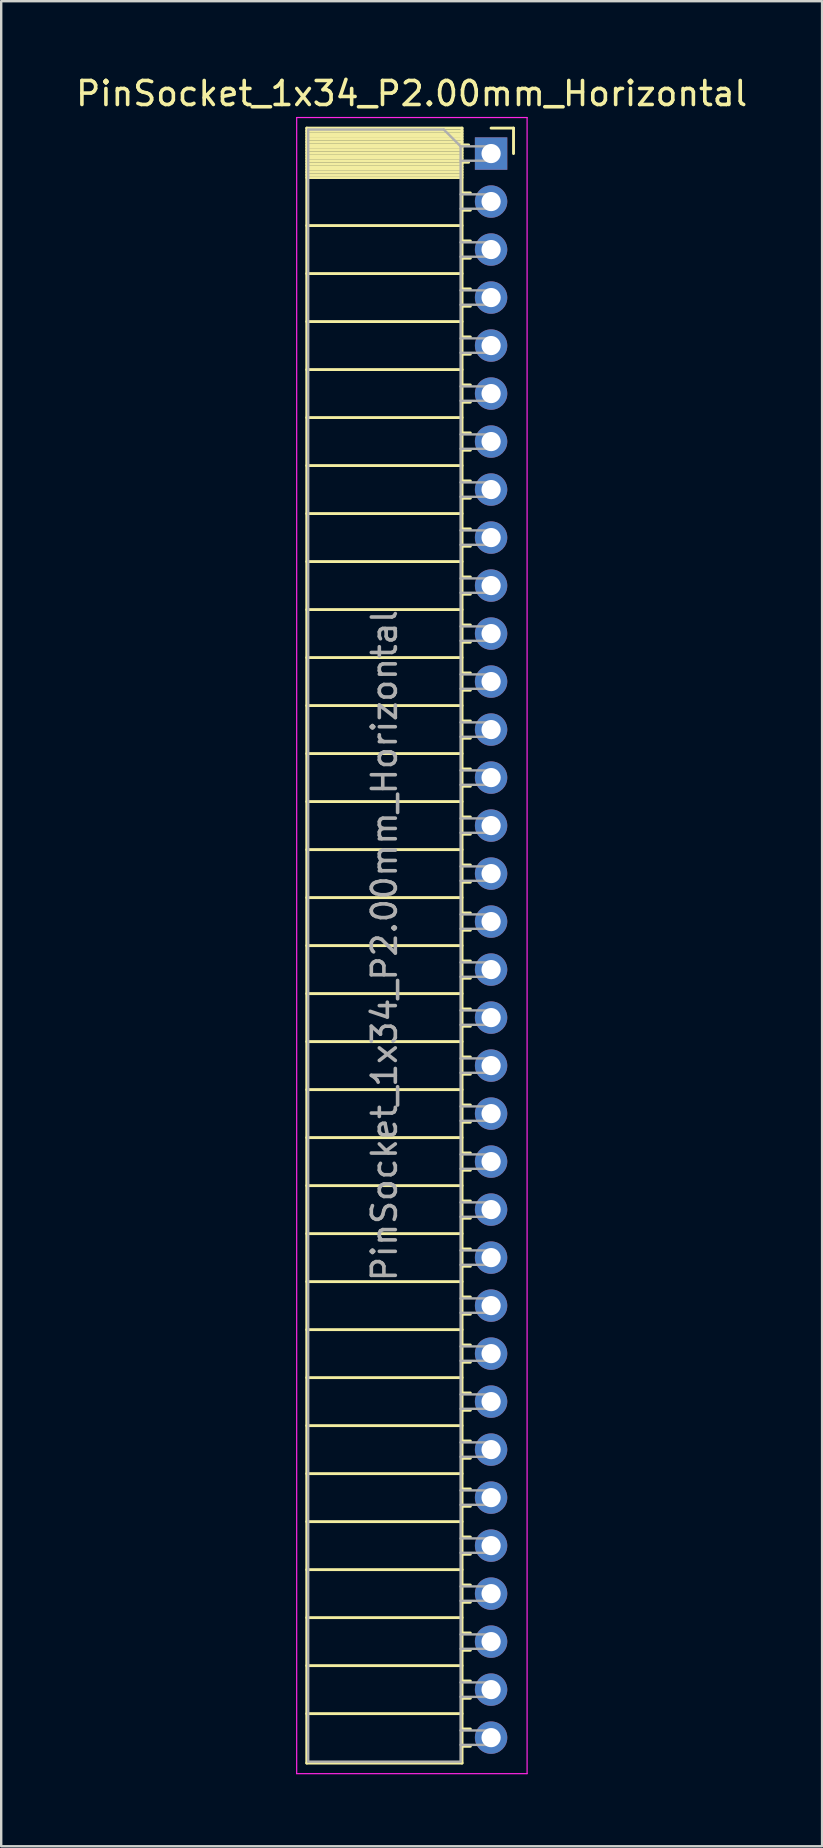
<source format=kicad_pcb>
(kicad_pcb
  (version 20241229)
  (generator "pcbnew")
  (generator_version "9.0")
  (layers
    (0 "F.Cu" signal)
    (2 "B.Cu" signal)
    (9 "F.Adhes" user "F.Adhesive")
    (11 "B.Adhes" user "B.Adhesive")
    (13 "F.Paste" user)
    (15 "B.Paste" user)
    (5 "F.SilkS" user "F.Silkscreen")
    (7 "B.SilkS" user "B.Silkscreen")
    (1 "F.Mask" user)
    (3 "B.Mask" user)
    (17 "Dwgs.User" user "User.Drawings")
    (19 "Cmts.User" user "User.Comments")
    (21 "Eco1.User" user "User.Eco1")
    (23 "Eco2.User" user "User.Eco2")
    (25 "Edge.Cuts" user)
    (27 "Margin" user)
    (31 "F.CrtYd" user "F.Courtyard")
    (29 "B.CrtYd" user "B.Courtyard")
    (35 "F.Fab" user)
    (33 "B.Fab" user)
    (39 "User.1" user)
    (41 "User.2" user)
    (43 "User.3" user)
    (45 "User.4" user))
  (footprint "PinSocket_1x34_P2.00mm_Horizontal"
    (layer "F.Cu")
    (at 17.411 3.348)
    (property "Reference" "PinSocket_1x34_P2.00mm_Horizontal" (at -3.31 -2.5 0) (layer "F.SilkS") (effects (font (size 1 1) (thickness 0.15))))
    (attr through_hole)
    (fp_line (start -7.68 -1.06) (end -7.68 67.06) (stroke (width 0.12) (type solid)) (layer "F.SilkS"))
    (fp_line (start -7.68 -1.06) (end -1.21 -1.06) (stroke (width 0.12) (type solid)) (layer "F.SilkS"))
    (fp_line (start -7.68 -0.94) (end -1.21 -0.94) (stroke (width 0.12) (type solid)) (layer "F.SilkS"))
    (fp_line (start -7.68 -0.826) (end -1.21 -0.826) (stroke (width 0.12) (type solid)) (layer "F.SilkS"))
    (fp_line (start -7.68 -0.712) (end -1.21 -0.712) (stroke (width 0.12) (type solid)) (layer "F.SilkS"))
    (fp_line (start -7.68 -0.598) (end -1.21 -0.598) (stroke (width 0.12) (type solid)) (layer "F.SilkS"))
    (fp_line (start -7.68 -0.484) (end -1.21 -0.484) (stroke (width 0.12) (type solid)) (layer "F.SilkS"))
    (fp_line (start -7.68 -0.369) (end -1.21 -0.369) (stroke (width 0.12) (type solid)) (layer "F.SilkS"))
    (fp_line (start -7.68 -0.255) (end -1.21 -0.255) (stroke (width 0.12) (type solid)) (layer "F.SilkS"))
    (fp_line (start -7.68 -0.141) (end -1.21 -0.141) (stroke (width 0.12) (type solid)) (layer "F.SilkS"))
    (fp_line (start -7.68 -0.027) (end -1.21 -0.027) (stroke (width 0.12) (type solid)) (layer "F.SilkS"))
    (fp_line (start -7.68 0.087) (end -1.21 0.087) (stroke (width 0.12) (type solid)) (layer "F.SilkS"))
    (fp_line (start -7.68 0.201) (end -1.21 0.201) (stroke (width 0.12) (type solid)) (layer "F.SilkS"))
    (fp_line (start -7.68 0.315) (end -1.21 0.315) (stroke (width 0.12) (type solid)) (layer "F.SilkS"))
    (fp_line (start -7.68 0.429) (end -1.21 0.429) (stroke (width 0.12) (type solid)) (layer "F.SilkS"))
    (fp_line (start -7.68 0.544) (end -1.21 0.544) (stroke (width 0.12) (type solid)) (layer "F.SilkS"))
    (fp_line (start -7.68 0.658) (end -1.21 0.658) (stroke (width 0.12) (type solid)) (layer "F.SilkS"))
    (fp_line (start -7.68 0.772) (end -1.21 0.772) (stroke (width 0.12) (type solid)) (layer "F.SilkS"))
    (fp_line (start -7.68 0.886) (end -1.21 0.886) (stroke (width 0.12) (type solid)) (layer "F.SilkS"))
    (fp_line (start -7.68 1) (end -1.21 1) (stroke (width 0.12) (type solid)) (layer "F.SilkS"))
    (fp_line (start -7.68 3) (end -1.21 3) (stroke (width 0.12) (type solid)) (layer "F.SilkS"))
    (fp_line (start -7.68 5) (end -1.21 5) (stroke (width 0.12) (type solid)) (layer "F.SilkS"))
    (fp_line (start -7.68 7) (end -1.21 7) (stroke (width 0.12) (type solid)) (layer "F.SilkS"))
    (fp_line (start -7.68 9) (end -1.21 9) (stroke (width 0.12) (type solid)) (layer "F.SilkS"))
    (fp_line (start -7.68 11) (end -1.21 11) (stroke (width 0.12) (type solid)) (layer "F.SilkS"))
    (fp_line (start -7.68 13) (end -1.21 13) (stroke (width 0.12) (type solid)) (layer "F.SilkS"))
    (fp_line (start -7.68 15) (end -1.21 15) (stroke (width 0.12) (type solid)) (layer "F.SilkS"))
    (fp_line (start -7.68 17) (end -1.21 17) (stroke (width 0.12) (type solid)) (layer "F.SilkS"))
    (fp_line (start -7.68 19) (end -1.21 19) (stroke (width 0.12) (type solid)) (layer "F.SilkS"))
    (fp_line (start -7.68 21) (end -1.21 21) (stroke (width 0.12) (type solid)) (layer "F.SilkS"))
    (fp_line (start -7.68 23) (end -1.21 23) (stroke (width 0.12) (type solid)) (layer "F.SilkS"))
    (fp_line (start -7.68 25) (end -1.21 25) (stroke (width 0.12) (type solid)) (layer "F.SilkS"))
    (fp_line (start -7.68 27) (end -1.21 27) (stroke (width 0.12) (type solid)) (layer "F.SilkS"))
    (fp_line (start -7.68 29) (end -1.21 29) (stroke (width 0.12) (type solid)) (layer "F.SilkS"))
    (fp_line (start -7.68 31) (end -1.21 31) (stroke (width 0.12) (type solid)) (layer "F.SilkS"))
    (fp_line (start -7.68 33) (end -1.21 33) (stroke (width 0.12) (type solid)) (layer "F.SilkS"))
    (fp_line (start -7.68 35) (end -1.21 35) (stroke (width 0.12) (type solid)) (layer "F.SilkS"))
    (fp_line (start -7.68 37) (end -1.21 37) (stroke (width 0.12) (type solid)) (layer "F.SilkS"))
    (fp_line (start -7.68 39) (end -1.21 39) (stroke (width 0.12) (type solid)) (layer "F.SilkS"))
    (fp_line (start -7.68 41) (end -1.21 41) (stroke (width 0.12) (type solid)) (layer "F.SilkS"))
    (fp_line (start -7.68 43) (end -1.21 43) (stroke (width 0.12) (type solid)) (layer "F.SilkS"))
    (fp_line (start -7.68 45) (end -1.21 45) (stroke (width 0.12) (type solid)) (layer "F.SilkS"))
    (fp_line (start -7.68 47) (end -1.21 47) (stroke (width 0.12) (type solid)) (layer "F.SilkS"))
    (fp_line (start -7.68 49) (end -1.21 49) (stroke (width 0.12) (type solid)) (layer "F.SilkS"))
    (fp_line (start -7.68 51) (end -1.21 51) (stroke (width 0.12) (type solid)) (layer "F.SilkS"))
    (fp_line (start -7.68 53) (end -1.21 53) (stroke (width 0.12) (type solid)) (layer "F.SilkS"))
    (fp_line (start -7.68 55) (end -1.21 55) (stroke (width 0.12) (type solid)) (layer "F.SilkS"))
    (fp_line (start -7.68 57) (end -1.21 57) (stroke (width 0.12) (type solid)) (layer "F.SilkS"))
    (fp_line (start -7.68 59) (end -1.21 59) (stroke (width 0.12) (type solid)) (layer "F.SilkS"))
    (fp_line (start -7.68 61) (end -1.21 61) (stroke (width 0.12) (type solid)) (layer "F.SilkS"))
    (fp_line (start -7.68 63) (end -1.21 63) (stroke (width 0.12) (type solid)) (layer "F.SilkS"))
    (fp_line (start -7.68 65) (end -1.21 65) (stroke (width 0.12) (type solid)) (layer "F.SilkS"))
    (fp_line (start -7.68 67.06) (end -1.21 67.06) (stroke (width 0.12) (type solid)) (layer "F.SilkS"))
    (fp_line (start -1.21 -1.06) (end -1.21 67.06) (stroke (width 0.12) (type solid)) (layer "F.SilkS"))
    (fp_line (start -1.21 -0.36) (end -0.935 -0.36) (stroke (width 0.12) (type solid)) (layer "F.SilkS"))
    (fp_line (start -1.21 0.36) (end -0.935 0.36) (stroke (width 0.12) (type solid)) (layer "F.SilkS"))
    (fp_line (start -1.21 1.64) (end -0.863 1.64) (stroke (width 0.12) (type solid)) (layer "F.SilkS"))
    (fp_line (start -1.21 2.36) (end -0.863 2.36) (stroke (width 0.12) (type solid)) (layer "F.SilkS"))
    (fp_line (start -1.21 3.64) (end -0.863 3.64) (stroke (width 0.12) (type solid)) (layer "F.SilkS"))
    (fp_line (start -1.21 4.36) (end -0.863 4.36) (stroke (width 0.12) (type solid)) (layer "F.SilkS"))
    (fp_line (start -1.21 5.64) (end -0.863 5.64) (stroke (width 0.12) (type solid)) (layer "F.SilkS"))
    (fp_line (start -1.21 6.36) (end -0.863 6.36) (stroke (width 0.12) (type solid)) (layer "F.SilkS"))
    (fp_line (start -1.21 7.64) (end -0.863 7.64) (stroke (width 0.12) (type solid)) (layer "F.SilkS"))
    (fp_line (start -1.21 8.36) (end -0.863 8.36) (stroke (width 0.12) (type solid)) (layer "F.SilkS"))
    (fp_line (start -1.21 9.64) (end -0.863 9.64) (stroke (width 0.12) (type solid)) (layer "F.SilkS"))
    (fp_line (start -1.21 10.36) (end -0.863 10.36) (stroke (width 0.12) (type solid)) (layer "F.SilkS"))
    (fp_line (start -1.21 11.64) (end -0.863 11.64) (stroke (width 0.12) (type solid)) (layer "F.SilkS"))
    (fp_line (start -1.21 12.36) (end -0.863 12.36) (stroke (width 0.12) (type solid)) (layer "F.SilkS"))
    (fp_line (start -1.21 13.64) (end -0.863 13.64) (stroke (width 0.12) (type solid)) (layer "F.SilkS"))
    (fp_line (start -1.21 14.36) (end -0.863 14.36) (stroke (width 0.12) (type solid)) (layer "F.SilkS"))
    (fp_line (start -1.21 15.64) (end -0.863 15.64) (stroke (width 0.12) (type solid)) (layer "F.SilkS"))
    (fp_line (start -1.21 16.36) (end -0.863 16.36) (stroke (width 0.12) (type solid)) (layer "F.SilkS"))
    (fp_line (start -1.21 17.64) (end -0.863 17.64) (stroke (width 0.12) (type solid)) (layer "F.SilkS"))
    (fp_line (start -1.21 18.36) (end -0.863 18.36) (stroke (width 0.12) (type solid)) (layer "F.SilkS"))
    (fp_line (start -1.21 19.64) (end -0.863 19.64) (stroke (width 0.12) (type solid)) (layer "F.SilkS"))
    (fp_line (start -1.21 20.36) (end -0.863 20.36) (stroke (width 0.12) (type solid)) (layer "F.SilkS"))
    (fp_line (start -1.21 21.64) (end -0.863 21.64) (stroke (width 0.12) (type solid)) (layer "F.SilkS"))
    (fp_line (start -1.21 22.36) (end -0.863 22.36) (stroke (width 0.12) (type solid)) (layer "F.SilkS"))
    (fp_line (start -1.21 23.64) (end -0.863 23.64) (stroke (width 0.12) (type solid)) (layer "F.SilkS"))
    (fp_line (start -1.21 24.36) (end -0.863 24.36) (stroke (width 0.12) (type solid)) (layer "F.SilkS"))
    (fp_line (start -1.21 25.64) (end -0.863 25.64) (stroke (width 0.12) (type solid)) (layer "F.SilkS"))
    (fp_line (start -1.21 26.36) (end -0.863 26.36) (stroke (width 0.12) (type solid)) (layer "F.SilkS"))
    (fp_line (start -1.21 27.64) (end -0.863 27.64) (stroke (width 0.12) (type solid)) (layer "F.SilkS"))
    (fp_line (start -1.21 28.36) (end -0.863 28.36) (stroke (width 0.12) (type solid)) (layer "F.SilkS"))
    (fp_line (start -1.21 29.64) (end -0.863 29.64) (stroke (width 0.12) (type solid)) (layer "F.SilkS"))
    (fp_line (start -1.21 30.36) (end -0.863 30.36) (stroke (width 0.12) (type solid)) (layer "F.SilkS"))
    (fp_line (start -1.21 31.64) (end -0.863 31.64) (stroke (width 0.12) (type solid)) (layer "F.SilkS"))
    (fp_line (start -1.21 32.36) (end -0.863 32.36) (stroke (width 0.12) (type solid)) (layer "F.SilkS"))
    (fp_line (start -1.21 33.64) (end -0.863 33.64) (stroke (width 0.12) (type solid)) (layer "F.SilkS"))
    (fp_line (start -1.21 34.36) (end -0.863 34.36) (stroke (width 0.12) (type solid)) (layer "F.SilkS"))
    (fp_line (start -1.21 35.64) (end -0.863 35.64) (stroke (width 0.12) (type solid)) (layer "F.SilkS"))
    (fp_line (start -1.21 36.36) (end -0.863 36.36) (stroke (width 0.12) (type solid)) (layer "F.SilkS"))
    (fp_line (start -1.21 37.64) (end -0.863 37.64) (stroke (width 0.12) (type solid)) (layer "F.SilkS"))
    (fp_line (start -1.21 38.36) (end -0.863 38.36) (stroke (width 0.12) (type solid)) (layer "F.SilkS"))
    (fp_line (start -1.21 39.64) (end -0.863 39.64) (stroke (width 0.12) (type solid)) (layer "F.SilkS"))
    (fp_line (start -1.21 40.36) (end -0.863 40.36) (stroke (width 0.12) (type solid)) (layer "F.SilkS"))
    (fp_line (start -1.21 41.64) (end -0.863 41.64) (stroke (width 0.12) (type solid)) (layer "F.SilkS"))
    (fp_line (start -1.21 42.36) (end -0.863 42.36) (stroke (width 0.12) (type solid)) (layer "F.SilkS"))
    (fp_line (start -1.21 43.64) (end -0.863 43.64) (stroke (width 0.12) (type solid)) (layer "F.SilkS"))
    (fp_line (start -1.21 44.36) (end -0.863 44.36) (stroke (width 0.12) (type solid)) (layer "F.SilkS"))
    (fp_line (start -1.21 45.64) (end -0.863 45.64) (stroke (width 0.12) (type solid)) (layer "F.SilkS"))
    (fp_line (start -1.21 46.36) (end -0.863 46.36) (stroke (width 0.12) (type solid)) (layer "F.SilkS"))
    (fp_line (start -1.21 47.64) (end -0.863 47.64) (stroke (width 0.12) (type solid)) (layer "F.SilkS"))
    (fp_line (start -1.21 48.36) (end -0.863 48.36) (stroke (width 0.12) (type solid)) (layer "F.SilkS"))
    (fp_line (start -1.21 49.64) (end -0.863 49.64) (stroke (width 0.12) (type solid)) (layer "F.SilkS"))
    (fp_line (start -1.21 50.36) (end -0.863 50.36) (stroke (width 0.12) (type solid)) (layer "F.SilkS"))
    (fp_line (start -1.21 51.64) (end -0.863 51.64) (stroke (width 0.12) (type solid)) (layer "F.SilkS"))
    (fp_line (start -1.21 52.36) (end -0.863 52.36) (stroke (width 0.12) (type solid)) (layer "F.SilkS"))
    (fp_line (start -1.21 53.64) (end -0.863 53.64) (stroke (width 0.12) (type solid)) (layer "F.SilkS"))
    (fp_line (start -1.21 54.36) (end -0.863 54.36) (stroke (width 0.12) (type solid)) (layer "F.SilkS"))
    (fp_line (start -1.21 55.64) (end -0.863 55.64) (stroke (width 0.12) (type solid)) (layer "F.SilkS"))
    (fp_line (start -1.21 56.36) (end -0.863 56.36) (stroke (width 0.12) (type solid)) (layer "F.SilkS"))
    (fp_line (start -1.21 57.64) (end -0.863 57.64) (stroke (width 0.12) (type solid)) (layer "F.SilkS"))
    (fp_line (start -1.21 58.36) (end -0.863 58.36) (stroke (width 0.12) (type solid)) (layer "F.SilkS"))
    (fp_line (start -1.21 59.64) (end -0.863 59.64) (stroke (width 0.12) (type solid)) (layer "F.SilkS"))
    (fp_line (start -1.21 60.36) (end -0.863 60.36) (stroke (width 0.12) (type solid)) (layer "F.SilkS"))
    (fp_line (start -1.21 61.64) (end -0.863 61.64) (stroke (width 0.12) (type solid)) (layer "F.SilkS"))
    (fp_line (start -1.21 62.36) (end -0.863 62.36) (stroke (width 0.12) (type solid)) (layer "F.SilkS"))
    (fp_line (start -1.21 63.64) (end -0.863 63.64) (stroke (width 0.12) (type solid)) (layer "F.SilkS"))
    (fp_line (start -1.21 64.36) (end -0.863 64.36) (stroke (width 0.12) (type solid)) (layer "F.SilkS"))
    (fp_line (start -1.21 65.64) (end -0.863 65.64) (stroke (width 0.12) (type solid)) (layer "F.SilkS"))
    (fp_line (start -1.21 66.36) (end -0.863 66.36) (stroke (width 0.12) (type solid)) (layer "F.SilkS"))
    (fp_line (start 0 -1.06) (end 0.935 -1.06) (stroke (width 0.12) (type solid)) (layer "F.SilkS"))
    (fp_line (start 0.935 -1.06) (end 0.935 0) (stroke (width 0.12) (type solid)) (layer "F.SilkS"))
    (fp_line (start -8.1 -1.5) (end -8.1 67.5) (stroke (width 0.05) (type solid)) (layer "F.CrtYd"))
    (fp_line (start -8.1 67.5) (end 1.5 67.5) (stroke (width 0.05) (type solid)) (layer "F.CrtYd"))
    (fp_line (start 1.5 -1.5) (end -8.1 -1.5) (stroke (width 0.05) (type solid)) (layer "F.CrtYd"))
    (fp_line (start 1.5 67.5) (end 1.5 -1.5) (stroke (width 0.05) (type solid)) (layer "F.CrtYd"))
    (fp_line (start -7.62 -1) (end -1.97 -1) (stroke (width 0.1) (type solid)) (layer "F.Fab"))
    (fp_line (start -7.62 67) (end -7.62 -1) (stroke (width 0.1) (type solid)) (layer "F.Fab"))
    (fp_line (start -1.97 -1) (end -1.27 -0.3) (stroke (width 0.1) (type solid)) (layer "F.Fab"))
    (fp_line (start -1.27 -0.3) (end -1.27 67) (stroke (width 0.1) (type solid)) (layer "F.Fab"))
    (fp_line (start -1.27 0.3) (end 0 0.3) (stroke (width 0.1) (type solid)) (layer "F.Fab"))
    (fp_line (start -1.27 2.3) (end 0 2.3) (stroke (width 0.1) (type solid)) (layer "F.Fab"))
    (fp_line (start -1.27 4.3) (end 0 4.3) (stroke (width 0.1) (type solid)) (layer "F.Fab"))
    (fp_line (start -1.27 6.3) (end 0 6.3) (stroke (width 0.1) (type solid)) (layer "F.Fab"))
    (fp_line (start -1.27 8.3) (end 0 8.3) (stroke (width 0.1) (type solid)) (layer "F.Fab"))
    (fp_line (start -1.27 10.3) (end 0 10.3) (stroke (width 0.1) (type solid)) (layer "F.Fab"))
    (fp_line (start -1.27 12.3) (end 0 12.3) (stroke (width 0.1) (type solid)) (layer "F.Fab"))
    (fp_line (start -1.27 14.3) (end 0 14.3) (stroke (width 0.1) (type solid)) (layer "F.Fab"))
    (fp_line (start -1.27 16.3) (end 0 16.3) (stroke (width 0.1) (type solid)) (layer "F.Fab"))
    (fp_line (start -1.27 18.3) (end 0 18.3) (stroke (width 0.1) (type solid)) (layer "F.Fab"))
    (fp_line (start -1.27 20.3) (end 0 20.3) (stroke (width 0.1) (type solid)) (layer "F.Fab"))
    (fp_line (start -1.27 22.3) (end 0 22.3) (stroke (width 0.1) (type solid)) (layer "F.Fab"))
    (fp_line (start -1.27 24.3) (end 0 24.3) (stroke (width 0.1) (type solid)) (layer "F.Fab"))
    (fp_line (start -1.27 26.3) (end 0 26.3) (stroke (width 0.1) (type solid)) (layer "F.Fab"))
    (fp_line (start -1.27 28.3) (end 0 28.3) (stroke (width 0.1) (type solid)) (layer "F.Fab"))
    (fp_line (start -1.27 30.3) (end 0 30.3) (stroke (width 0.1) (type solid)) (layer "F.Fab"))
    (fp_line (start -1.27 32.3) (end 0 32.3) (stroke (width 0.1) (type solid)) (layer "F.Fab"))
    (fp_line (start -1.27 34.3) (end 0 34.3) (stroke (width 0.1) (type solid)) (layer "F.Fab"))
    (fp_line (start -1.27 36.3) (end 0 36.3) (stroke (width 0.1) (type solid)) (layer "F.Fab"))
    (fp_line (start -1.27 38.3) (end 0 38.3) (stroke (width 0.1) (type solid)) (layer "F.Fab"))
    (fp_line (start -1.27 40.3) (end 0 40.3) (stroke (width 0.1) (type solid)) (layer "F.Fab"))
    (fp_line (start -1.27 42.3) (end 0 42.3) (stroke (width 0.1) (type solid)) (layer "F.Fab"))
    (fp_line (start -1.27 44.3) (end 0 44.3) (stroke (width 0.1) (type solid)) (layer "F.Fab"))
    (fp_line (start -1.27 46.3) (end 0 46.3) (stroke (width 0.1) (type solid)) (layer "F.Fab"))
    (fp_line (start -1.27 48.3) (end 0 48.3) (stroke (width 0.1) (type solid)) (layer "F.Fab"))
    (fp_line (start -1.27 50.3) (end 0 50.3) (stroke (width 0.1) (type solid)) (layer "F.Fab"))
    (fp_line (start -1.27 52.3) (end 0 52.3) (stroke (width 0.1) (type solid)) (layer "F.Fab"))
    (fp_line (start -1.27 54.3) (end 0 54.3) (stroke (width 0.1) (type solid)) (layer "F.Fab"))
    (fp_line (start -1.27 56.3) (end 0 56.3) (stroke (width 0.1) (type solid)) (layer "F.Fab"))
    (fp_line (start -1.27 58.3) (end 0 58.3) (stroke (width 0.1) (type solid)) (layer "F.Fab"))
    (fp_line (start -1.27 60.3) (end 0 60.3) (stroke (width 0.1) (type solid)) (layer "F.Fab"))
    (fp_line (start -1.27 62.3) (end 0 62.3) (stroke (width 0.1) (type solid)) (layer "F.Fab"))
    (fp_line (start -1.27 64.3) (end 0 64.3) (stroke (width 0.1) (type solid)) (layer "F.Fab"))
    (fp_line (start -1.27 66.3) (end 0 66.3) (stroke (width 0.1) (type solid)) (layer "F.Fab"))
    (fp_line (start -1.27 67) (end -7.62 67) (stroke (width 0.1) (type solid)) (layer "F.Fab"))
    (fp_line (start 0 -0.3) (end -1.27 -0.3) (stroke (width 0.1) (type solid)) (layer "F.Fab"))
    (fp_line (start 0 0.3) (end 0 -0.3) (stroke (width 0.1) (type solid)) (layer "F.Fab"))
    (fp_line (start 0 1.7) (end -1.27 1.7) (stroke (width 0.1) (type solid)) (layer "F.Fab"))
    (fp_line (start 0 2.3) (end 0 1.7) (stroke (width 0.1) (type solid)) (layer "F.Fab"))
    (fp_line (start 0 3.7) (end -1.27 3.7) (stroke (width 0.1) (type solid)) (layer "F.Fab"))
    (fp_line (start 0 4.3) (end 0 3.7) (stroke (width 0.1) (type solid)) (layer "F.Fab"))
    (fp_line (start 0 5.7) (end -1.27 5.7) (stroke (width 0.1) (type solid)) (layer "F.Fab"))
    (fp_line (start 0 6.3) (end 0 5.7) (stroke (width 0.1) (type solid)) (layer "F.Fab"))
    (fp_line (start 0 7.7) (end -1.27 7.7) (stroke (width 0.1) (type solid)) (layer "F.Fab"))
    (fp_line (start 0 8.3) (end 0 7.7) (stroke (width 0.1) (type solid)) (layer "F.Fab"))
    (fp_line (start 0 9.7) (end -1.27 9.7) (stroke (width 0.1) (type solid)) (layer "F.Fab"))
    (fp_line (start 0 10.3) (end 0 9.7) (stroke (width 0.1) (type solid)) (layer "F.Fab"))
    (fp_line (start 0 11.7) (end -1.27 11.7) (stroke (width 0.1) (type solid)) (layer "F.Fab"))
    (fp_line (start 0 12.3) (end 0 11.7) (stroke (width 0.1) (type solid)) (layer "F.Fab"))
    (fp_line (start 0 13.7) (end -1.27 13.7) (stroke (width 0.1) (type solid)) (layer "F.Fab"))
    (fp_line (start 0 14.3) (end 0 13.7) (stroke (width 0.1) (type solid)) (layer "F.Fab"))
    (fp_line (start 0 15.7) (end -1.27 15.7) (stroke (width 0.1) (type solid)) (layer "F.Fab"))
    (fp_line (start 0 16.3) (end 0 15.7) (stroke (width 0.1) (type solid)) (layer "F.Fab"))
    (fp_line (start 0 17.7) (end -1.27 17.7) (stroke (width 0.1) (type solid)) (layer "F.Fab"))
    (fp_line (start 0 18.3) (end 0 17.7) (stroke (width 0.1) (type solid)) (layer "F.Fab"))
    (fp_line (start 0 19.7) (end -1.27 19.7) (stroke (width 0.1) (type solid)) (layer "F.Fab"))
    (fp_line (start 0 20.3) (end 0 19.7) (stroke (width 0.1) (type solid)) (layer "F.Fab"))
    (fp_line (start 0 21.7) (end -1.27 21.7) (stroke (width 0.1) (type solid)) (layer "F.Fab"))
    (fp_line (start 0 22.3) (end 0 21.7) (stroke (width 0.1) (type solid)) (layer "F.Fab"))
    (fp_line (start 0 23.7) (end -1.27 23.7) (stroke (width 0.1) (type solid)) (layer "F.Fab"))
    (fp_line (start 0 24.3) (end 0 23.7) (stroke (width 0.1) (type solid)) (layer "F.Fab"))
    (fp_line (start 0 25.7) (end -1.27 25.7) (stroke (width 0.1) (type solid)) (layer "F.Fab"))
    (fp_line (start 0 26.3) (end 0 25.7) (stroke (width 0.1) (type solid)) (layer "F.Fab"))
    (fp_line (start 0 27.7) (end -1.27 27.7) (stroke (width 0.1) (type solid)) (layer "F.Fab"))
    (fp_line (start 0 28.3) (end 0 27.7) (stroke (width 0.1) (type solid)) (layer "F.Fab"))
    (fp_line (start 0 29.7) (end -1.27 29.7) (stroke (width 0.1) (type solid)) (layer "F.Fab"))
    (fp_line (start 0 30.3) (end 0 29.7) (stroke (width 0.1) (type solid)) (layer "F.Fab"))
    (fp_line (start 0 31.7) (end -1.27 31.7) (stroke (width 0.1) (type solid)) (layer "F.Fab"))
    (fp_line (start 0 32.3) (end 0 31.7) (stroke (width 0.1) (type solid)) (layer "F.Fab"))
    (fp_line (start 0 33.7) (end -1.27 33.7) (stroke (width 0.1) (type solid)) (layer "F.Fab"))
    (fp_line (start 0 34.3) (end 0 33.7) (stroke (width 0.1) (type solid)) (layer "F.Fab"))
    (fp_line (start 0 35.7) (end -1.27 35.7) (stroke (width 0.1) (type solid)) (layer "F.Fab"))
    (fp_line (start 0 36.3) (end 0 35.7) (stroke (width 0.1) (type solid)) (layer "F.Fab"))
    (fp_line (start 0 37.7) (end -1.27 37.7) (stroke (width 0.1) (type solid)) (layer "F.Fab"))
    (fp_line (start 0 38.3) (end 0 37.7) (stroke (width 0.1) (type solid)) (layer "F.Fab"))
    (fp_line (start 0 39.7) (end -1.27 39.7) (stroke (width 0.1) (type solid)) (layer "F.Fab"))
    (fp_line (start 0 40.3) (end 0 39.7) (stroke (width 0.1) (type solid)) (layer "F.Fab"))
    (fp_line (start 0 41.7) (end -1.27 41.7) (stroke (width 0.1) (type solid)) (layer "F.Fab"))
    (fp_line (start 0 42.3) (end 0 41.7) (stroke (width 0.1) (type solid)) (layer "F.Fab"))
    (fp_line (start 0 43.7) (end -1.27 43.7) (stroke (width 0.1) (type solid)) (layer "F.Fab"))
    (fp_line (start 0 44.3) (end 0 43.7) (stroke (width 0.1) (type solid)) (layer "F.Fab"))
    (fp_line (start 0 45.7) (end -1.27 45.7) (stroke (width 0.1) (type solid)) (layer "F.Fab"))
    (fp_line (start 0 46.3) (end 0 45.7) (stroke (width 0.1) (type solid)) (layer "F.Fab"))
    (fp_line (start 0 47.7) (end -1.27 47.7) (stroke (width 0.1) (type solid)) (layer "F.Fab"))
    (fp_line (start 0 48.3) (end 0 47.7) (stroke (width 0.1) (type solid)) (layer "F.Fab"))
    (fp_line (start 0 49.7) (end -1.27 49.7) (stroke (width 0.1) (type solid)) (layer "F.Fab"))
    (fp_line (start 0 50.3) (end 0 49.7) (stroke (width 0.1) (type solid)) (layer "F.Fab"))
    (fp_line (start 0 51.7) (end -1.27 51.7) (stroke (width 0.1) (type solid)) (layer "F.Fab"))
    (fp_line (start 0 52.3) (end 0 51.7) (stroke (width 0.1) (type solid)) (layer "F.Fab"))
    (fp_line (start 0 53.7) (end -1.27 53.7) (stroke (width 0.1) (type solid)) (layer "F.Fab"))
    (fp_line (start 0 54.3) (end 0 53.7) (stroke (width 0.1) (type solid)) (layer "F.Fab"))
    (fp_line (start 0 55.7) (end -1.27 55.7) (stroke (width 0.1) (type solid)) (layer "F.Fab"))
    (fp_line (start 0 56.3) (end 0 55.7) (stroke (width 0.1) (type solid)) (layer "F.Fab"))
    (fp_line (start 0 57.7) (end -1.27 57.7) (stroke (width 0.1) (type solid)) (layer "F.Fab"))
    (fp_line (start 0 58.3) (end 0 57.7) (stroke (width 0.1) (type solid)) (layer "F.Fab"))
    (fp_line (start 0 59.7) (end -1.27 59.7) (stroke (width 0.1) (type solid)) (layer "F.Fab"))
    (fp_line (start 0 60.3) (end 0 59.7) (stroke (width 0.1) (type solid)) (layer "F.Fab"))
    (fp_line (start 0 61.7) (end -1.27 61.7) (stroke (width 0.1) (type solid)) (layer "F.Fab"))
    (fp_line (start 0 62.3) (end 0 61.7) (stroke (width 0.1) (type solid)) (layer "F.Fab"))
    (fp_line (start 0 63.7) (end -1.27 63.7) (stroke (width 0.1) (type solid)) (layer "F.Fab"))
    (fp_line (start 0 64.3) (end 0 63.7) (stroke (width 0.1) (type solid)) (layer "F.Fab"))
    (fp_line (start 0 65.7) (end -1.27 65.7) (stroke (width 0.1) (type solid)) (layer "F.Fab"))
    (fp_line (start 0 66.3) (end 0 65.7) (stroke (width 0.1) (type solid)) (layer "F.Fab"))
    (fp_text user "${REFERENCE}" (at -4.445 33 90) (layer "F.Fab") (effects (font (size 1 1) (thickness 0.15))))
    (pad "1" thru_hole rect (at 0 0) (size 1.35 1.35) (drill 0.8) (layers "*.Cu" "*.Mask"))
    (pad "2" thru_hole circle (at 0 2) (size 1.35 1.35) (drill 0.8) (layers "*.Cu" "*.Mask"))
    (pad "3" thru_hole circle (at 0 4) (size 1.35 1.35) (drill 0.8) (layers "*.Cu" "*.Mask"))
    (pad "4" thru_hole circle (at 0 6) (size 1.35 1.35) (drill 0.8) (layers "*.Cu" "*.Mask"))
    (pad "5" thru_hole circle (at 0 8) (size 1.35 1.35) (drill 0.8) (layers "*.Cu" "*.Mask"))
    (pad "6" thru_hole circle (at 0 10) (size 1.35 1.35) (drill 0.8) (layers "*.Cu" "*.Mask"))
    (pad "7" thru_hole circle (at 0 12) (size 1.35 1.35) (drill 0.8) (layers "*.Cu" "*.Mask"))
    (pad "8" thru_hole circle (at 0 14) (size 1.35 1.35) (drill 0.8) (layers "*.Cu" "*.Mask"))
    (pad "9" thru_hole circle (at 0 16) (size 1.35 1.35) (drill 0.8) (layers "*.Cu" "*.Mask"))
    (pad "10" thru_hole circle (at 0 18) (size 1.35 1.35) (drill 0.8) (layers "*.Cu" "*.Mask"))
    (pad "11" thru_hole circle (at 0 20) (size 1.35 1.35) (drill 0.8) (layers "*.Cu" "*.Mask"))
    (pad "12" thru_hole circle (at 0 22) (size 1.35 1.35) (drill 0.8) (layers "*.Cu" "*.Mask"))
    (pad "13" thru_hole circle (at 0 24) (size 1.35 1.35) (drill 0.8) (layers "*.Cu" "*.Mask"))
    (pad "14" thru_hole circle (at 0 26) (size 1.35 1.35) (drill 0.8) (layers "*.Cu" "*.Mask"))
    (pad "15" thru_hole circle (at 0 28) (size 1.35 1.35) (drill 0.8) (layers "*.Cu" "*.Mask"))
    (pad "16" thru_hole circle (at 0 30) (size 1.35 1.35) (drill 0.8) (layers "*.Cu" "*.Mask"))
    (pad "17" thru_hole circle (at 0 32) (size 1.35 1.35) (drill 0.8) (layers "*.Cu" "*.Mask"))
    (pad "18" thru_hole circle (at 0 34) (size 1.35 1.35) (drill 0.8) (layers "*.Cu" "*.Mask"))
    (pad "19" thru_hole circle (at 0 36) (size 1.35 1.35) (drill 0.8) (layers "*.Cu" "*.Mask"))
    (pad "20" thru_hole circle (at 0 38) (size 1.35 1.35) (drill 0.8) (layers "*.Cu" "*.Mask"))
    (pad "21" thru_hole circle (at 0 40) (size 1.35 1.35) (drill 0.8) (layers "*.Cu" "*.Mask"))
    (pad "22" thru_hole circle (at 0 42) (size 1.35 1.35) (drill 0.8) (layers "*.Cu" "*.Mask"))
    (pad "23" thru_hole circle (at 0 44) (size 1.35 1.35) (drill 0.8) (layers "*.Cu" "*.Mask"))
    (pad "24" thru_hole circle (at 0 46) (size 1.35 1.35) (drill 0.8) (layers "*.Cu" "*.Mask"))
    (pad "25" thru_hole circle (at 0 48) (size 1.35 1.35) (drill 0.8) (layers "*.Cu" "*.Mask"))
    (pad "26" thru_hole circle (at 0 50) (size 1.35 1.35) (drill 0.8) (layers "*.Cu" "*.Mask"))
    (pad "27" thru_hole circle (at 0 52) (size 1.35 1.35) (drill 0.8) (layers "*.Cu" "*.Mask"))
    (pad "28" thru_hole circle (at 0 54) (size 1.35 1.35) (drill 0.8) (layers "*.Cu" "*.Mask"))
    (pad "29" thru_hole circle (at 0 56) (size 1.35 1.35) (drill 0.8) (layers "*.Cu" "*.Mask"))
    (pad "30" thru_hole circle (at 0 58) (size 1.35 1.35) (drill 0.8) (layers "*.Cu" "*.Mask"))
    (pad "31" thru_hole circle (at 0 60) (size 1.35 1.35) (drill 0.8) (layers "*.Cu" "*.Mask"))
    (pad "32" thru_hole circle (at 0 62) (size 1.35 1.35) (drill 0.8) (layers "*.Cu" "*.Mask"))
    (pad "33" thru_hole circle (at 0 64) (size 1.35 1.35) (drill 0.8) (layers "*.Cu" "*.Mask"))
    (pad "34" thru_hole circle (at 0 66) (size 1.35 1.35) (drill 0.8) (layers "*.Cu" "*.Mask")))
  (gr_rect
    (start -3 -3)
    (end 31.202 73.873)
    (stroke (width 0.1) (type default))
    (fill no)
    (layer "Edge.Cuts")))
</source>
